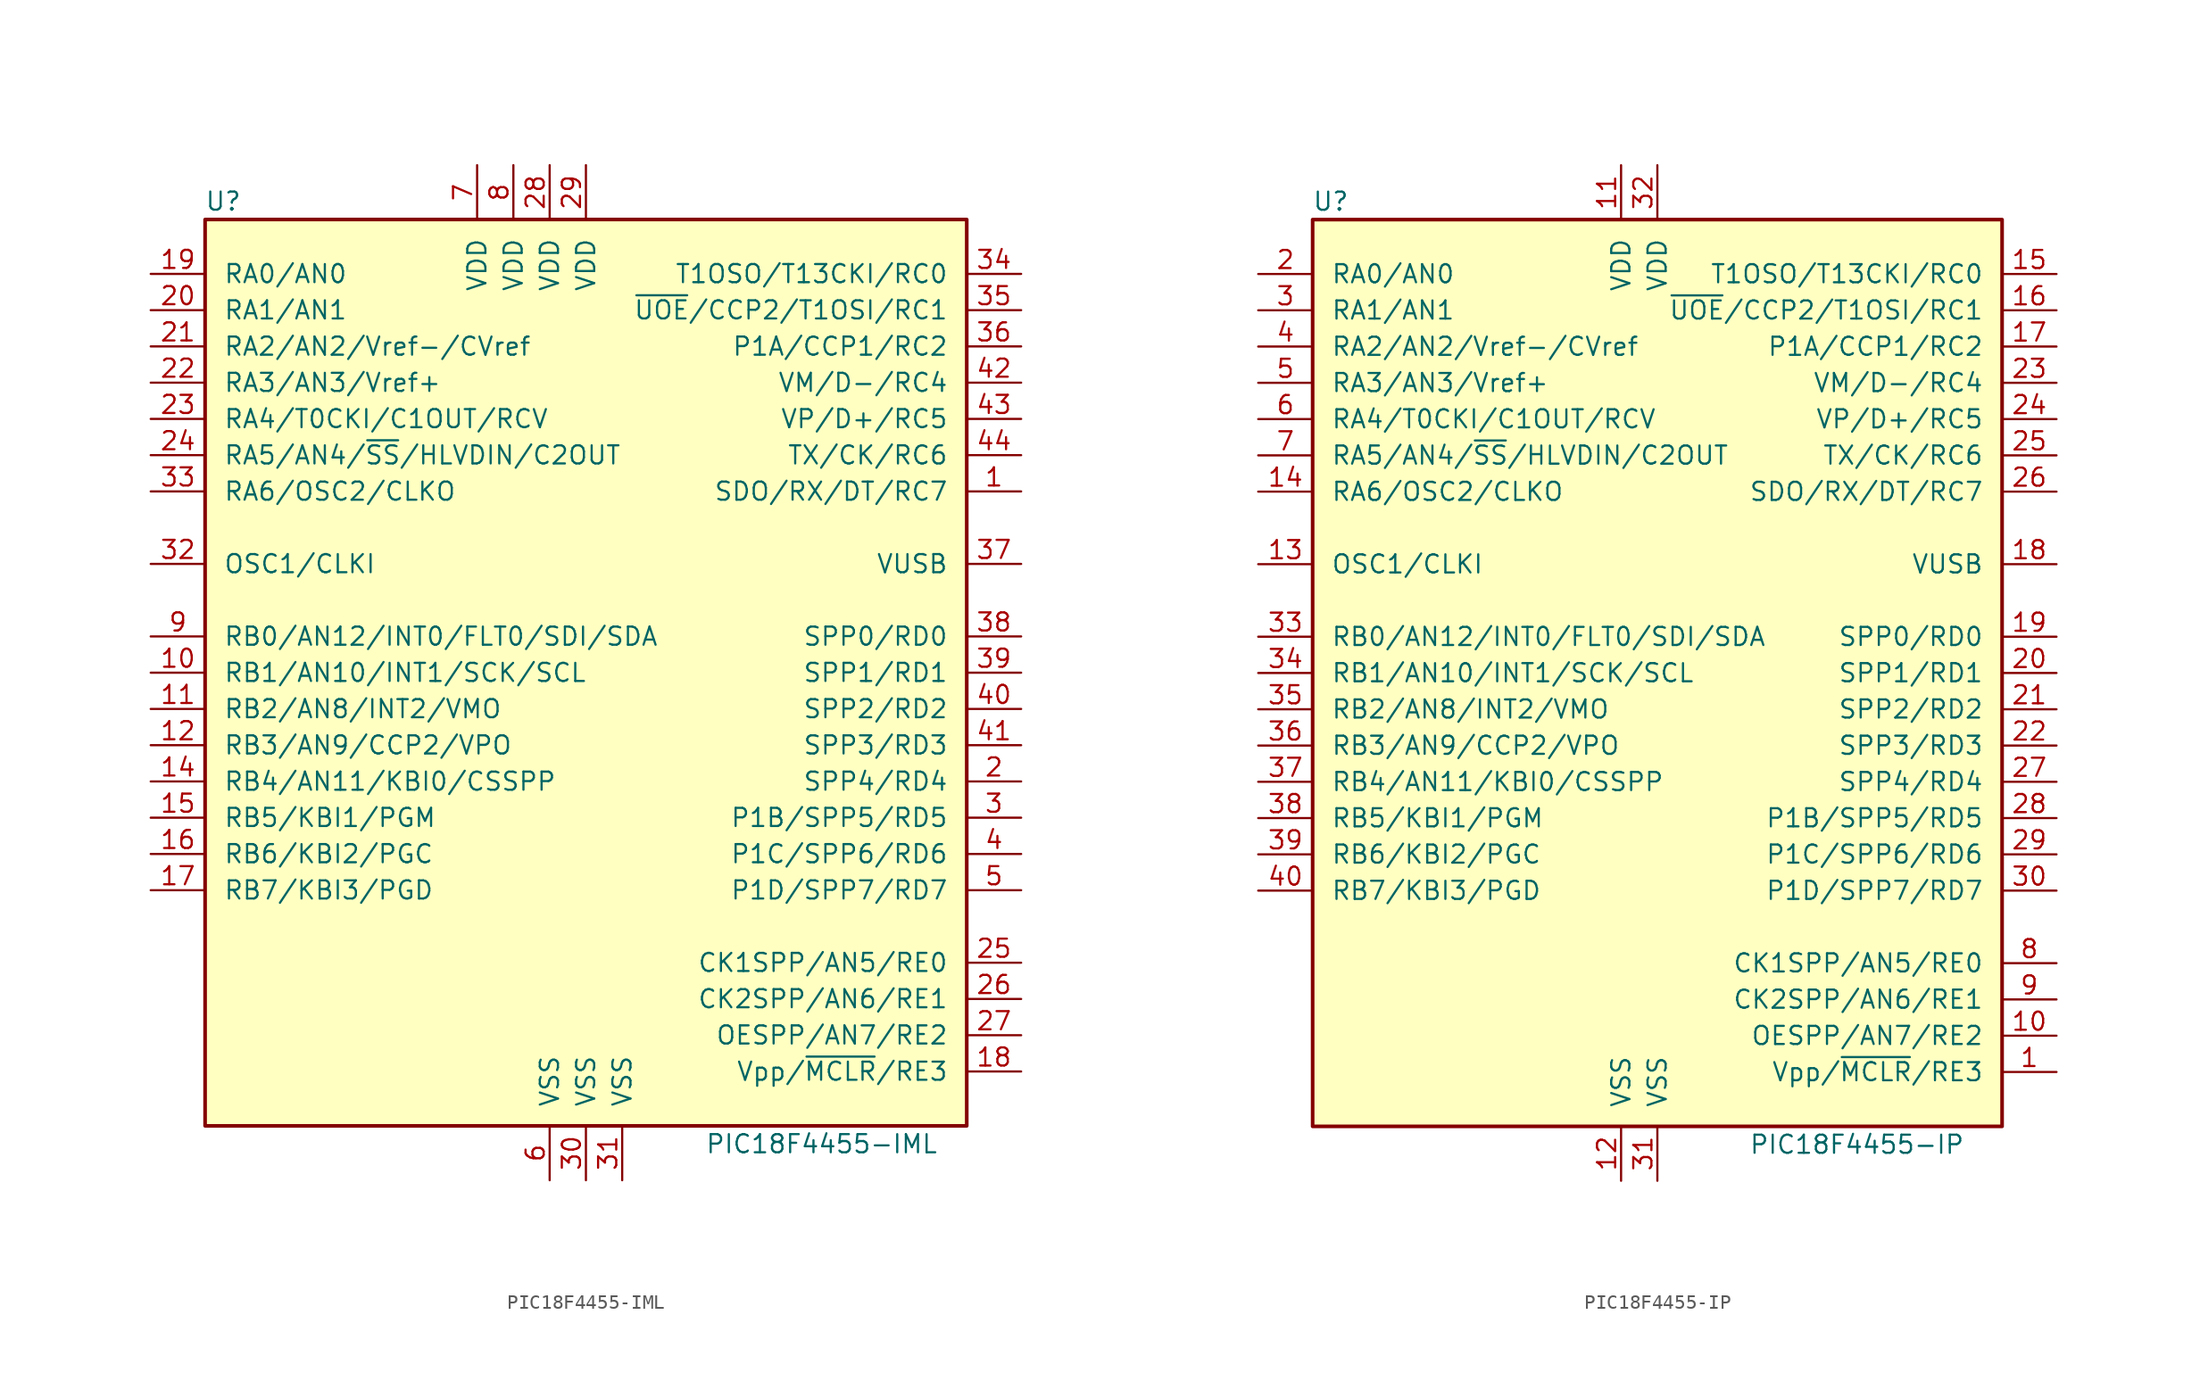
<source format=kicad_sym>
(kicad_symbol_lib
  (version 20241209)
  (generator "kicad_symbol_editor")
  (generator_version "9.0")
  (symbol "PIC18F4455-IML"
    (pin_names
      (offset 1.27))
    (property "Reference" "U"
      (at -25.4 33.02 0)
      (effects (font (size 1.27 1.27))))
    (property "Value" "PIC18F4455-IML"
      (at 16.51 -33.02 0)
      (effects (font (size 1.27 1.27))))
    (symbol "PIC18F4455-IML_0_1"
      (rectangle (start -26.67 31.75) (end 26.67 -31.75) (stroke (width 0.254) (type default)) (fill (type background))))
    (symbol "PIC18F4455-IML_1_1"
      (pin bidirectional line (at -30.48 27.94 0) (length 3.81) (name "RA0/AN0" (effects (font (size 1.27 1.27)))) (number "19" (effects (font (size 1.27 1.27)))))
      (pin bidirectional line (at -30.48 25.4 0) (length 3.81) (name "RA1/AN1" (effects (font (size 1.27 1.27)))) (number "20" (effects (font (size 1.27 1.27)))))
      (pin bidirectional line (at -30.48 22.86 0) (length 3.81) (name "RA2/AN2/Vref-/CVref" (effects (font (size 1.27 1.27)))) (number "21" (effects (font (size 1.27 1.27)))))
      (pin bidirectional line (at -30.48 20.32 0) (length 3.81) (name "RA3/AN3/Vref+" (effects (font (size 1.27 1.27)))) (number "22" (effects (font (size 1.27 1.27)))))
      (pin bidirectional line (at -30.48 17.78 0) (length 3.81) (name "RA4/T0CKI/C1OUT/RCV" (effects (font (size 1.27 1.27)))) (number "23" (effects (font (size 1.27 1.27)))))
      (pin bidirectional line (at -30.48 15.24 0) (length 3.81) (name "RA5/AN4/~{SS}/HLVDIN/C2OUT" (effects (font (size 1.27 1.27)))) (number "24" (effects (font (size 1.27 1.27)))))
      (pin output line (at -30.48 12.7 0) (length 3.81) (name "RA6/OSC2/CLKO" (effects (font (size 1.27 1.27)))) (number "33" (effects (font (size 1.27 1.27)))))
      (pin input line (at -30.48 7.62 0) (length 3.81) (name "OSC1/CLKI" (effects (font (size 1.27 1.27)))) (number "32" (effects (font (size 1.27 1.27)))))
      (pin bidirectional line (at -30.48 2.54 0) (length 3.81) (name "RB0/AN12/INT0/FLT0/SDI/SDA" (effects (font (size 1.27 1.27)))) (number "9" (effects (font (size 1.27 1.27)))))
      (pin bidirectional line (at -30.48 0 0) (length 3.81) (name "RB1/AN10/INT1/SCK/SCL" (effects (font (size 1.27 1.27)))) (number "10" (effects (font (size 1.27 1.27)))))
      (pin bidirectional line (at -30.48 -2.54 0) (length 3.81) (name "RB2/AN8/INT2/VMO" (effects (font (size 1.27 1.27)))) (number "11" (effects (font (size 1.27 1.27)))))
      (pin bidirectional line (at -30.48 -5.08 0) (length 3.81) (name "RB3/AN9/CCP2/VPO" (effects (font (size 1.27 1.27)))) (number "12" (effects (font (size 1.27 1.27)))))
      (pin bidirectional line (at -30.48 -7.62 0) (length 3.81) (name "RB4/AN11/KBI0/CSSPP" (effects (font (size 1.27 1.27)))) (number "14" (effects (font (size 1.27 1.27)))))
      (pin bidirectional line (at -30.48 -10.16 0) (length 3.81) (name "RB5/KBI1/PGM" (effects (font (size 1.27 1.27)))) (number "15" (effects (font (size 1.27 1.27)))))
      (pin bidirectional line (at -30.48 -12.7 0) (length 3.81) (name "RB6/KBI2/PGC" (effects (font (size 1.27 1.27)))) (number "16" (effects (font (size 1.27 1.27)))))
      (pin bidirectional line (at -30.48 -15.24 0) (length 3.81) (name "RB7/KBI3/PGD" (effects (font (size 1.27 1.27)))) (number "17" (effects (font (size 1.27 1.27)))))
      (pin power_in line (at -7.62 35.56 270) (length 3.81) (name "VDD" (effects (font (size 1.27 1.27)))) (number "7" (effects (font (size 1.27 1.27)))))
      (pin no_connect line (at -7.62 -31.75 90) (length 3.81) (hide yes) (name "NC" (effects (font (size 1.27 1.27)))) (number "13" (effects (font (size 1.27 1.27)))))
      (pin power_in line (at -5.08 35.56 270) (length 3.81) (name "VDD" (effects (font (size 1.27 1.27)))) (number "8" (effects (font (size 1.27 1.27)))))
      (pin power_in line (at -2.54 35.56 270) (length 3.81) (name "VDD" (effects (font (size 1.27 1.27)))) (number "28" (effects (font (size 1.27 1.27)))))
      (pin power_in line (at -2.54 -35.56 90) (length 3.81) (name "VSS" (effects (font (size 1.27 1.27)))) (number "6" (effects (font (size 1.27 1.27)))))
      (pin power_in line (at 0 35.56 270) (length 3.81) (name "VDD" (effects (font (size 1.27 1.27)))) (number "29" (effects (font (size 1.27 1.27)))))
      (pin power_in line (at 0 -35.56 90) (length 3.81) (name "VSS" (effects (font (size 1.27 1.27)))) (number "30" (effects (font (size 1.27 1.27)))))
      (pin power_in line (at 2.54 -35.56 90) (length 3.81) (name "VSS" (effects (font (size 1.27 1.27)))) (number "31" (effects (font (size 1.27 1.27)))))
      (pin bidirectional line (at 30.48 27.94 180) (length 3.81) (name "T1OSO/T13CKI/RC0" (effects (font (size 1.27 1.27)))) (number "34" (effects (font (size 1.27 1.27)))))
      (pin bidirectional line (at 30.48 25.4 180) (length 3.81) (name "~{UOE}/CCP2/T1OSI/RC1" (effects (font (size 1.27 1.27)))) (number "35" (effects (font (size 1.27 1.27)))))
      (pin bidirectional line (at 30.48 22.86 180) (length 3.81) (name "P1A/CCP1/RC2" (effects (font (size 1.27 1.27)))) (number "36" (effects (font (size 1.27 1.27)))))
      (pin bidirectional line (at 30.48 20.32 180) (length 3.81) (name "VM/D-/RC4" (effects (font (size 1.27 1.27)))) (number "42" (effects (font (size 1.27 1.27)))))
      (pin bidirectional line (at 30.48 17.78 180) (length 3.81) (name "VP/D+/RC5" (effects (font (size 1.27 1.27)))) (number "43" (effects (font (size 1.27 1.27)))))
      (pin bidirectional line (at 30.48 15.24 180) (length 3.81) (name "TX/CK/RC6" (effects (font (size 1.27 1.27)))) (number "44" (effects (font (size 1.27 1.27)))))
      (pin bidirectional line (at 30.48 12.7 180) (length 3.81) (name "SDO/RX/DT/RC7" (effects (font (size 1.27 1.27)))) (number "1" (effects (font (size 1.27 1.27)))))
      (pin bidirectional line (at 30.48 7.62 180) (length 3.81) (name "VUSB" (effects (font (size 1.27 1.27)))) (number "37" (effects (font (size 1.27 1.27)))))
      (pin bidirectional line (at 30.48 2.54 180) (length 3.81) (name "SPP0/RD0" (effects (font (size 1.27 1.27)))) (number "38" (effects (font (size 1.27 1.27)))))
      (pin bidirectional line (at 30.48 0 180) (length 3.81) (name "SPP1/RD1" (effects (font (size 1.27 1.27)))) (number "39" (effects (font (size 1.27 1.27)))))
      (pin bidirectional line (at 30.48 -2.54 180) (length 3.81) (name "SPP2/RD2" (effects (font (size 1.27 1.27)))) (number "40" (effects (font (size 1.27 1.27)))))
      (pin bidirectional line (at 30.48 -5.08 180) (length 3.81) (name "SPP3/RD3" (effects (font (size 1.27 1.27)))) (number "41" (effects (font (size 1.27 1.27)))))
      (pin bidirectional line (at 30.48 -7.62 180) (length 3.81) (name "SPP4/RD4" (effects (font (size 1.27 1.27)))) (number "2" (effects (font (size 1.27 1.27)))))
      (pin bidirectional line (at 30.48 -10.16 180) (length 3.81) (name "P1B/SPP5/RD5" (effects (font (size 1.27 1.27)))) (number "3" (effects (font (size 1.27 1.27)))))
      (pin bidirectional line (at 30.48 -12.7 180) (length 3.81) (name "P1C/SPP6/RD6" (effects (font (size 1.27 1.27)))) (number "4" (effects (font (size 1.27 1.27)))))
      (pin bidirectional line (at 30.48 -15.24 180) (length 3.81) (name "P1D/SPP7/RD7" (effects (font (size 1.27 1.27)))) (number "5" (effects (font (size 1.27 1.27)))))
      (pin bidirectional line (at 30.48 -20.32 180) (length 3.81) (name "CK1SPP/AN5/RE0" (effects (font (size 1.27 1.27)))) (number "25" (effects (font (size 1.27 1.27)))))
      (pin bidirectional line (at 30.48 -22.86 180) (length 3.81) (name "CK2SPP/AN6/RE1" (effects (font (size 1.27 1.27)))) (number "26" (effects (font (size 1.27 1.27)))))
      (pin bidirectional line (at 30.48 -25.4 180) (length 3.81) (name "OESPP/AN7/RE2" (effects (font (size 1.27 1.27)))) (number "27" (effects (font (size 1.27 1.27)))))
      (pin input line (at 30.48 -27.94 180) (length 3.81) (name "Vpp/~{MCLR}/RE3" (effects (font (size 1.27 1.27)))) (number "18" (effects (font (size 1.27 1.27)))))))
  (symbol "PIC18F4455-IP"
    (pin_names
      (offset 1.27))
    (property "Reference" "U"
      (at -22.86 33.02 0)
      (effects (font (size 1.27 1.27))))
    (property "Value" "PIC18F4455-IP"
      (at 13.97 -33.02 0)
      (effects (font (size 1.27 1.27))))
    (symbol "PIC18F4455-IP_0_1"
      (rectangle (start -24.13 31.75) (end 24.13 -31.75) (stroke (width 0.254) (type default)) (fill (type background))))
    (symbol "PIC18F4455-IP_1_1"
      (pin bidirectional line (at -27.94 27.94 0) (length 3.81) (name "RA0/AN0" (effects (font (size 1.27 1.27)))) (number "2" (effects (font (size 1.27 1.27)))))
      (pin bidirectional line (at -27.94 25.4 0) (length 3.81) (name "RA1/AN1" (effects (font (size 1.27 1.27)))) (number "3" (effects (font (size 1.27 1.27)))))
      (pin bidirectional line (at -27.94 22.86 0) (length 3.81) (name "RA2/AN2/Vref-/CVref" (effects (font (size 1.27 1.27)))) (number "4" (effects (font (size 1.27 1.27)))))
      (pin bidirectional line (at -27.94 20.32 0) (length 3.81) (name "RA3/AN3/Vref+" (effects (font (size 1.27 1.27)))) (number "5" (effects (font (size 1.27 1.27)))))
      (pin bidirectional line (at -27.94 17.78 0) (length 3.81) (name "RA4/T0CKI/C1OUT/RCV" (effects (font (size 1.27 1.27)))) (number "6" (effects (font (size 1.27 1.27)))))
      (pin bidirectional line (at -27.94 15.24 0) (length 3.81) (name "RA5/AN4/~{SS}/HLVDIN/C2OUT" (effects (font (size 1.27 1.27)))) (number "7" (effects (font (size 1.27 1.27)))))
      (pin output line (at -27.94 12.7 0) (length 3.81) (name "RA6/OSC2/CLKO" (effects (font (size 1.27 1.27)))) (number "14" (effects (font (size 1.27 1.27)))))
      (pin input line (at -27.94 7.62 0) (length 3.81) (name "OSC1/CLKI" (effects (font (size 1.27 1.27)))) (number "13" (effects (font (size 1.27 1.27)))))
      (pin bidirectional line (at -27.94 2.54 0) (length 3.81) (name "RB0/AN12/INT0/FLT0/SDI/SDA" (effects (font (size 1.27 1.27)))) (number "33" (effects (font (size 1.27 1.27)))))
      (pin bidirectional line (at -27.94 0 0) (length 3.81) (name "RB1/AN10/INT1/SCK/SCL" (effects (font (size 1.27 1.27)))) (number "34" (effects (font (size 1.27 1.27)))))
      (pin bidirectional line (at -27.94 -2.54 0) (length 3.81) (name "RB2/AN8/INT2/VMO" (effects (font (size 1.27 1.27)))) (number "35" (effects (font (size 1.27 1.27)))))
      (pin bidirectional line (at -27.94 -5.08 0) (length 3.81) (name "RB3/AN9/CCP2/VPO" (effects (font (size 1.27 1.27)))) (number "36" (effects (font (size 1.27 1.27)))))
      (pin bidirectional line (at -27.94 -7.62 0) (length 3.81) (name "RB4/AN11/KBI0/CSSPP" (effects (font (size 1.27 1.27)))) (number "37" (effects (font (size 1.27 1.27)))))
      (pin bidirectional line (at -27.94 -10.16 0) (length 3.81) (name "RB5/KBI1/PGM" (effects (font (size 1.27 1.27)))) (number "38" (effects (font (size 1.27 1.27)))))
      (pin bidirectional line (at -27.94 -12.7 0) (length 3.81) (name "RB6/KBI2/PGC" (effects (font (size 1.27 1.27)))) (number "39" (effects (font (size 1.27 1.27)))))
      (pin bidirectional line (at -27.94 -15.24 0) (length 3.81) (name "RB7/KBI3/PGD" (effects (font (size 1.27 1.27)))) (number "40" (effects (font (size 1.27 1.27)))))
      (pin power_in line (at -2.54 35.56 270) (length 3.81) (name "VDD" (effects (font (size 1.27 1.27)))) (number "11" (effects (font (size 1.27 1.27)))))
      (pin power_in line (at -2.54 -35.56 90) (length 3.81) (name "VSS" (effects (font (size 1.27 1.27)))) (number "12" (effects (font (size 1.27 1.27)))))
      (pin power_in line (at 0 35.56 270) (length 3.81) (name "VDD" (effects (font (size 1.27 1.27)))) (number "32" (effects (font (size 1.27 1.27)))))
      (pin power_in line (at 0 -35.56 90) (length 3.81) (name "VSS" (effects (font (size 1.27 1.27)))) (number "31" (effects (font (size 1.27 1.27)))))
      (pin bidirectional line (at 27.94 27.94 180) (length 3.81) (name "T1OSO/T13CKI/RC0" (effects (font (size 1.27 1.27)))) (number "15" (effects (font (size 1.27 1.27)))))
      (pin bidirectional line (at 27.94 25.4 180) (length 3.81) (name "~{UOE}/CCP2/T1OSI/RC1" (effects (font (size 1.27 1.27)))) (number "16" (effects (font (size 1.27 1.27)))))
      (pin bidirectional line (at 27.94 22.86 180) (length 3.81) (name "P1A/CCP1/RC2" (effects (font (size 1.27 1.27)))) (number "17" (effects (font (size 1.27 1.27)))))
      (pin bidirectional line (at 27.94 20.32 180) (length 3.81) (name "VM/D-/RC4" (effects (font (size 1.27 1.27)))) (number "23" (effects (font (size 1.27 1.27)))))
      (pin bidirectional line (at 27.94 17.78 180) (length 3.81) (name "VP/D+/RC5" (effects (font (size 1.27 1.27)))) (number "24" (effects (font (size 1.27 1.27)))))
      (pin bidirectional line (at 27.94 15.24 180) (length 3.81) (name "TX/CK/RC6" (effects (font (size 1.27 1.27)))) (number "25" (effects (font (size 1.27 1.27)))))
      (pin bidirectional line (at 27.94 12.7 180) (length 3.81) (name "SDO/RX/DT/RC7" (effects (font (size 1.27 1.27)))) (number "26" (effects (font (size 1.27 1.27)))))
      (pin bidirectional line (at 27.94 7.62 180) (length 3.81) (name "VUSB" (effects (font (size 1.27 1.27)))) (number "18" (effects (font (size 1.27 1.27)))))
      (pin bidirectional line (at 27.94 2.54 180) (length 3.81) (name "SPP0/RD0" (effects (font (size 1.27 1.27)))) (number "19" (effects (font (size 1.27 1.27)))))
      (pin bidirectional line (at 27.94 0 180) (length 3.81) (name "SPP1/RD1" (effects (font (size 1.27 1.27)))) (number "20" (effects (font (size 1.27 1.27)))))
      (pin bidirectional line (at 27.94 -2.54 180) (length 3.81) (name "SPP2/RD2" (effects (font (size 1.27 1.27)))) (number "21" (effects (font (size 1.27 1.27)))))
      (pin bidirectional line (at 27.94 -5.08 180) (length 3.81) (name "SPP3/RD3" (effects (font (size 1.27 1.27)))) (number "22" (effects (font (size 1.27 1.27)))))
      (pin bidirectional line (at 27.94 -7.62 180) (length 3.81) (name "SPP4/RD4" (effects (font (size 1.27 1.27)))) (number "27" (effects (font (size 1.27 1.27)))))
      (pin bidirectional line (at 27.94 -10.16 180) (length 3.81) (name "P1B/SPP5/RD5" (effects (font (size 1.27 1.27)))) (number "28" (effects (font (size 1.27 1.27)))))
      (pin bidirectional line (at 27.94 -12.7 180) (length 3.81) (name "P1C/SPP6/RD6" (effects (font (size 1.27 1.27)))) (number "29" (effects (font (size 1.27 1.27)))))
      (pin bidirectional line (at 27.94 -15.24 180) (length 3.81) (name "P1D/SPP7/RD7" (effects (font (size 1.27 1.27)))) (number "30" (effects (font (size 1.27 1.27)))))
      (pin bidirectional line (at 27.94 -20.32 180) (length 3.81) (name "CK1SPP/AN5/RE0" (effects (font (size 1.27 1.27)))) (number "8" (effects (font (size 1.27 1.27)))))
      (pin bidirectional line (at 27.94 -22.86 180) (length 3.81) (name "CK2SPP/AN6/RE1" (effects (font (size 1.27 1.27)))) (number "9" (effects (font (size 1.27 1.27)))))
      (pin bidirectional line (at 27.94 -25.4 180) (length 3.81) (name "OESPP/AN7/RE2" (effects (font (size 1.27 1.27)))) (number "10" (effects (font (size 1.27 1.27)))))
      (pin input line (at 27.94 -27.94 180) (length 3.81) (name "Vpp/~{MCLR}/RE3" (effects (font (size 1.27 1.27)))) (number "1" (effects (font (size 1.27 1.27))))))))
</source>
